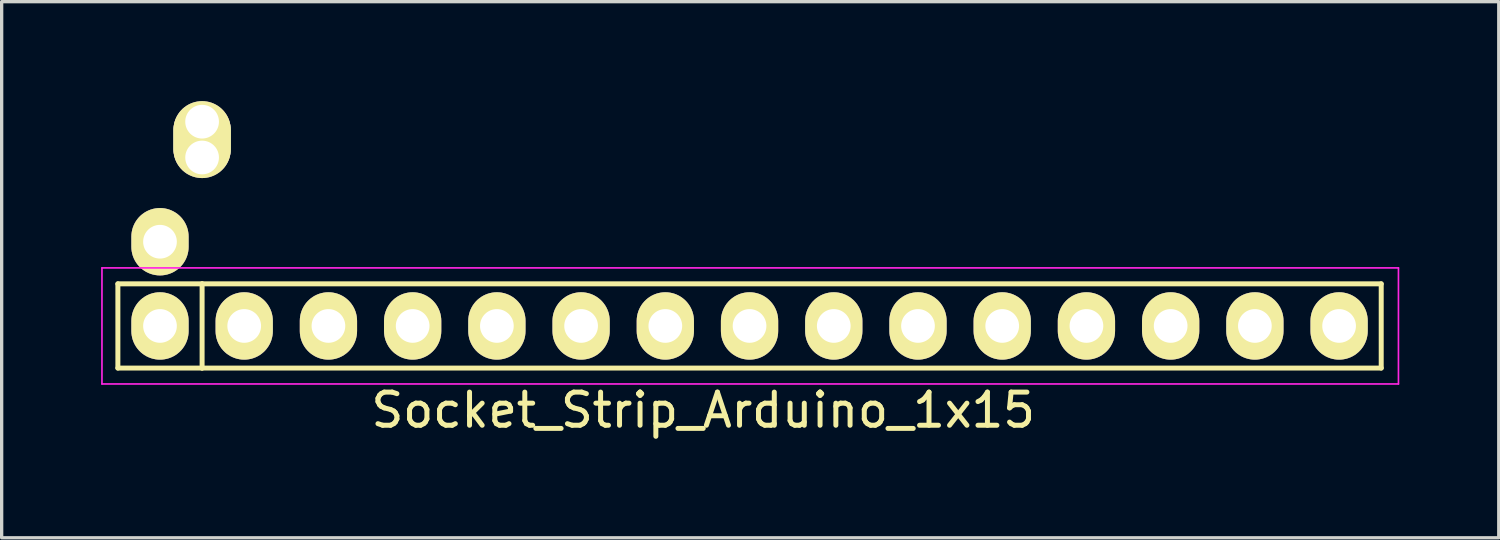
<source format=kicad_pcb>
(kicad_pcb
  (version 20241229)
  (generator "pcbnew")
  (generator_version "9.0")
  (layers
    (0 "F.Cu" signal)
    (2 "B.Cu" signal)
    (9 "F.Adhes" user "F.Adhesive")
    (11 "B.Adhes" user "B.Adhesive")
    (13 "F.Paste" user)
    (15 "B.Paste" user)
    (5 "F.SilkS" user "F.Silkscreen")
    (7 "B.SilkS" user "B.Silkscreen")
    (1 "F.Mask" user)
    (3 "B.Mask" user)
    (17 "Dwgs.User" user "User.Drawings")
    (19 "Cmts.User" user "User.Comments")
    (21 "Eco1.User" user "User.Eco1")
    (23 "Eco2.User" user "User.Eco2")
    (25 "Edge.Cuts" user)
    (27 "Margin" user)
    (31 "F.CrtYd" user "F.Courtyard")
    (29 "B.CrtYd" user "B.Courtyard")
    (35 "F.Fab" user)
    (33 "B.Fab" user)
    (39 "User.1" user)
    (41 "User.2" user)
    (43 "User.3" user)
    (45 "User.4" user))
  (footprint "Socket_Strip_Arduino_1x15"
    (layer "F.Cu")
    (at 1.775 6.78)
    (property "Reference" "Socket_Strip_Arduino_1x15" (at 16.383 2.54 0) (layer "F.SilkS") (effects (font (size 1 1) (thickness 0.15))))
    (attr through_hole)
    (fp_line (start -1.27 -1.27) (end -1.27 1.27) (stroke (width 0.15) (type solid)) (layer "F.SilkS"))
    (fp_line (start -1.27 1.27) (end 1.27 1.27) (stroke (width 0.15) (type solid)) (layer "F.SilkS"))
    (fp_line (start 1.27 -1.27) (end -1.27 -1.27) (stroke (width 0.15) (type solid)) (layer "F.SilkS"))
    (fp_line (start 1.27 -1.27) (end 36.83 -1.27) (stroke (width 0.15) (type solid)) (layer "F.SilkS"))
    (fp_line (start 1.27 1.27) (end 1.27 -1.27) (stroke (width 0.15) (type solid)) (layer "F.SilkS"))
    (fp_line (start 36.83 -1.27) (end 36.83 1.27) (stroke (width 0.15) (type solid)) (layer "F.SilkS"))
    (fp_line (start 36.83 1.27) (end 1.27 1.27) (stroke (width 0.15) (type solid)) (layer "F.SilkS"))
    (fp_line (start -1.75 -1.75) (end -1.75 1.75) (stroke (width 0.05) (type solid)) (layer "F.CrtYd"))
    (fp_line (start -1.75 -1.75) (end 37.35 -1.75) (stroke (width 0.05) (type solid)) (layer "F.CrtYd"))
    (fp_line (start -1.75 1.75) (end 37.35 1.75) (stroke (width 0.05) (type solid)) (layer "F.CrtYd"))
    (fp_line (start 37.35 -1.75) (end 37.35 1.75) (stroke (width 0.05) (type solid)) (layer "F.CrtYd"))
    (pad "1" thru_hole oval (at 0 -2.54) (size 1.727 2.032) (drill 1.016) (layers "*.Cu" "*.Mask" "F.SilkS"))
    (pad "1" thru_hole oval (at 0 0) (size 1.727 2.032) (drill 1.016) (layers "*.Cu" "*.Mask" "F.SilkS"))
    (pad "2" thru_hole oval (at 2.54 0) (size 1.727 2.032) (drill 1.016) (layers "*.Cu" "*.Mask" "F.SilkS"))
    (pad "3" thru_hole oval (at 5.08 0) (size 1.727 2.032) (drill 1.016) (layers "*.Cu" "*.Mask" "F.SilkS"))
    (pad "4" thru_hole oval (at 7.62 0) (size 1.727 2.032) (drill 1.016) (layers "*.Cu" "*.Mask" "F.SilkS"))
    (pad "5" thru_hole oval (at 10.16 0) (size 1.727 2.032) (drill 1.016) (layers "*.Cu" "*.Mask" "F.SilkS"))
    (pad "6" thru_hole oval (at 12.7 0) (size 1.727 2.032) (drill 1.016) (layers "*.Cu" "*.Mask" "F.SilkS"))
    (pad "7" thru_hole oval (at 15.24 0) (size 1.727 2.032) (drill 1.016) (layers "*.Cu" "*.Mask" "F.SilkS"))
    (pad "8" thru_hole oval (at 17.78 0) (size 1.727 2.032) (drill 1.016) (layers "*.Cu" "*.Mask" "F.SilkS"))
    (pad "9" thru_hole oval (at 20.32 0) (size 1.727 2.032) (drill 1.016) (layers "*.Cu" "*.Mask" "F.SilkS"))
    (pad "10" thru_hole oval (at 22.86 0) (size 1.727 2.032) (drill 1.016) (layers "*.Cu" "*.Mask" "F.SilkS"))
    (pad "11" thru_hole oval (at 25.4 0) (size 1.727 2.032) (drill 1.016) (layers "*.Cu" "*.Mask" "F.SilkS"))
    (pad "12" thru_hole oval (at 27.94 0) (size 1.727 2.032) (drill 1.016) (layers "*.Cu" "*.Mask" "F.SilkS"))
    (pad "13" thru_hole oval (at 30.48 0) (size 1.727 2.032) (drill 1.016) (layers "*.Cu" "*.Mask" "F.SilkS"))
    (pad "14" thru_hole oval (at 33.02 0) (size 1.727 2.032) (drill 1.016) (layers "*.Cu" "*.Mask" "F.SilkS"))
    (pad "15" thru_hole oval (at 35.56 0) (size 1.727 2.032) (drill 1.016) (layers "*.Cu" "*.Mask" "F.SilkS"))
    (pad "16" thru_hole oval (at 1.27 -6.16) (size 1.727 2.3) (drill 1.016 (offset 0 0.55)) (layers "*.Cu" "*.Mask" "F.SilkS"))
    (pad "16" thru_hole oval (at 1.27 -5.08) (size 1.727 2.3) (drill 1.016 (offset 0 -0.55)) (layers "*.Cu" "*.Mask" "F.SilkS")))
  (gr_rect
    (start -3 -3)
    (end 42.15 13.168)
    (stroke (width 0.1) (type default))
    (fill no)
    (layer "Edge.Cuts")))
</source>
